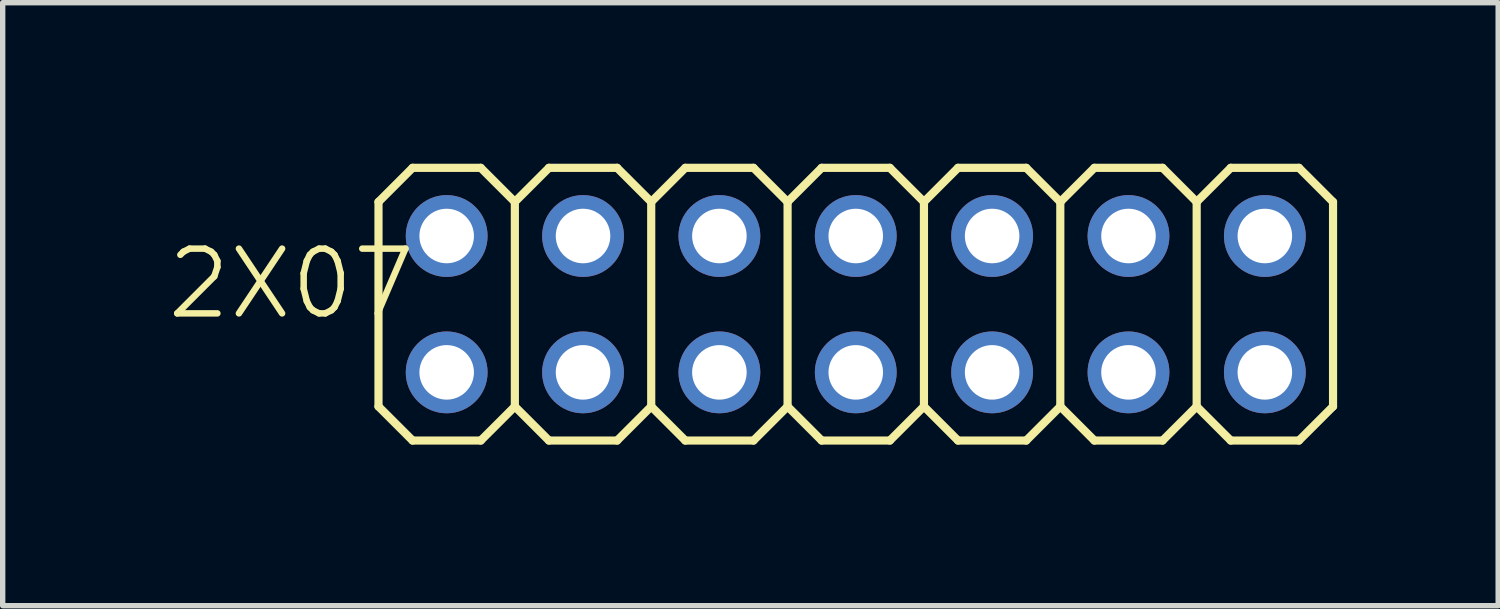
<source format=kicad_pcb>
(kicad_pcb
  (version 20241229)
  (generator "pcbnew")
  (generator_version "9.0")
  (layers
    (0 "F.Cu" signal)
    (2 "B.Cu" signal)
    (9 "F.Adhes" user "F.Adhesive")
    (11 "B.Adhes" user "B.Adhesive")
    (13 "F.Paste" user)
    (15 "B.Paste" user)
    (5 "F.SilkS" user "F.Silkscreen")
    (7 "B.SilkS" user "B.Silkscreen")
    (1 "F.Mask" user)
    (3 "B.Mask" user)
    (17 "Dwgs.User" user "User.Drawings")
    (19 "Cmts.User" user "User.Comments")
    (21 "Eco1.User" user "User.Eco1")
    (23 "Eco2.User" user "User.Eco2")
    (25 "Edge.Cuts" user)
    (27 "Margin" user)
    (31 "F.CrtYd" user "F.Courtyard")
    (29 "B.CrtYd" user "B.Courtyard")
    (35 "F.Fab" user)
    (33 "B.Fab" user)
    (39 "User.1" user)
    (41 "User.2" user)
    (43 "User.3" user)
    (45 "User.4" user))
  (footprint "2X07"
    (layer "F.Cu")
    (at 12.89 2.616)
    (property "Reference" "2X07" (at -12.89 0.325 180) (layer "F.SilkS") (effects (font (size 1.206 1.206) (thickness 0.121)) (justify left bottom)))
    (attr through_hole)
    (fp_line (start -8.89 -1.905) (end -8.255 -2.54) (stroke (width 0.152) (type solid)) (layer "F.SilkS"))
    (fp_line (start -8.89 1.905) (end -8.89 -1.905) (stroke (width 0.152) (type solid)) (layer "F.SilkS"))
    (fp_line (start -8.89 1.905) (end -8.255 2.54) (stroke (width 0.152) (type solid)) (layer "F.SilkS"))
    (fp_line (start -8.255 -2.54) (end -6.985 -2.54) (stroke (width 0.152) (type solid)) (layer "F.SilkS"))
    (fp_line (start -8.255 2.54) (end -6.985 2.54) (stroke (width 0.152) (type solid)) (layer "F.SilkS"))
    (fp_line (start -6.985 -2.54) (end -6.35 -1.905) (stroke (width 0.152) (type solid)) (layer "F.SilkS"))
    (fp_line (start -6.985 2.54) (end -6.35 1.905) (stroke (width 0.152) (type solid)) (layer "F.SilkS"))
    (fp_line (start -6.35 -1.905) (end -6.35 1.905) (stroke (width 0.152) (type solid)) (layer "F.SilkS"))
    (fp_line (start -6.35 -1.905) (end -5.715 -2.54) (stroke (width 0.152) (type solid)) (layer "F.SilkS"))
    (fp_line (start -6.35 1.905) (end -5.715 2.54) (stroke (width 0.152) (type solid)) (layer "F.SilkS"))
    (fp_line (start -5.715 -2.54) (end -4.445 -2.54) (stroke (width 0.152) (type solid)) (layer "F.SilkS"))
    (fp_line (start -5.715 2.54) (end -4.445 2.54) (stroke (width 0.152) (type solid)) (layer "F.SilkS"))
    (fp_line (start -4.445 -2.54) (end -3.81 -1.905) (stroke (width 0.152) (type solid)) (layer "F.SilkS"))
    (fp_line (start -4.445 2.54) (end -3.81 1.905) (stroke (width 0.152) (type solid)) (layer "F.SilkS"))
    (fp_line (start -3.81 -1.905) (end -3.81 1.905) (stroke (width 0.152) (type solid)) (layer "F.SilkS"))
    (fp_line (start -3.81 -1.905) (end -3.175 -2.54) (stroke (width 0.152) (type solid)) (layer "F.SilkS"))
    (fp_line (start -3.81 1.905) (end -3.175 2.54) (stroke (width 0.152) (type solid)) (layer "F.SilkS"))
    (fp_line (start -3.175 -2.54) (end -1.905 -2.54) (stroke (width 0.152) (type solid)) (layer "F.SilkS"))
    (fp_line (start -3.175 2.54) (end -1.905 2.54) (stroke (width 0.152) (type solid)) (layer "F.SilkS"))
    (fp_line (start -1.905 -2.54) (end -1.27 -1.905) (stroke (width 0.152) (type solid)) (layer "F.SilkS"))
    (fp_line (start -1.905 2.54) (end -1.27 1.905) (stroke (width 0.152) (type solid)) (layer "F.SilkS"))
    (fp_line (start -1.27 -1.905) (end -1.27 1.905) (stroke (width 0.152) (type solid)) (layer "F.SilkS"))
    (fp_line (start -1.27 -1.905) (end -0.635 -2.54) (stroke (width 0.152) (type solid)) (layer "F.SilkS"))
    (fp_line (start -1.27 1.905) (end -0.635 2.54) (stroke (width 0.152) (type solid)) (layer "F.SilkS"))
    (fp_line (start -0.635 -2.54) (end 0.635 -2.54) (stroke (width 0.152) (type solid)) (layer "F.SilkS"))
    (fp_line (start -0.635 2.54) (end 0.635 2.54) (stroke (width 0.152) (type solid)) (layer "F.SilkS"))
    (fp_line (start 0.635 -2.54) (end 1.27 -1.905) (stroke (width 0.152) (type solid)) (layer "F.SilkS"))
    (fp_line (start 0.635 2.54) (end 1.27 1.905) (stroke (width 0.152) (type solid)) (layer "F.SilkS"))
    (fp_line (start 1.27 -1.905) (end 1.27 1.905) (stroke (width 0.152) (type solid)) (layer "F.SilkS"))
    (fp_line (start 1.27 -1.905) (end 1.905 -2.54) (stroke (width 0.152) (type solid)) (layer "F.SilkS"))
    (fp_line (start 1.27 1.905) (end 1.905 2.54) (stroke (width 0.152) (type solid)) (layer "F.SilkS"))
    (fp_line (start 1.905 -2.54) (end 3.175 -2.54) (stroke (width 0.152) (type solid)) (layer "F.SilkS"))
    (fp_line (start 1.905 2.54) (end 3.175 2.54) (stroke (width 0.152) (type solid)) (layer "F.SilkS"))
    (fp_line (start 3.175 -2.54) (end 3.81 -1.905) (stroke (width 0.152) (type solid)) (layer "F.SilkS"))
    (fp_line (start 3.175 2.54) (end 3.81 1.905) (stroke (width 0.152) (type solid)) (layer "F.SilkS"))
    (fp_line (start 3.81 -1.905) (end 3.81 1.905) (stroke (width 0.152) (type solid)) (layer "F.SilkS"))
    (fp_line (start 3.81 -1.905) (end 4.445 -2.54) (stroke (width 0.152) (type solid)) (layer "F.SilkS"))
    (fp_line (start 3.81 1.905) (end 4.445 2.54) (stroke (width 0.152) (type solid)) (layer "F.SilkS"))
    (fp_line (start 4.445 -2.54) (end 5.715 -2.54) (stroke (width 0.152) (type solid)) (layer "F.SilkS"))
    (fp_line (start 4.445 2.54) (end 5.715 2.54) (stroke (width 0.152) (type solid)) (layer "F.SilkS"))
    (fp_line (start 5.715 -2.54) (end 6.35 -1.905) (stroke (width 0.152) (type solid)) (layer "F.SilkS"))
    (fp_line (start 5.715 2.54) (end 6.35 1.905) (stroke (width 0.152) (type solid)) (layer "F.SilkS"))
    (fp_line (start 6.35 -1.905) (end 6.35 1.905) (stroke (width 0.152) (type solid)) (layer "F.SilkS"))
    (fp_line (start 6.35 -1.905) (end 6.985 -2.54) (stroke (width 0.152) (type solid)) (layer "F.SilkS"))
    (fp_line (start 6.35 1.905) (end 6.985 2.54) (stroke (width 0.152) (type solid)) (layer "F.SilkS"))
    (fp_line (start 6.985 -2.54) (end 8.255 -2.54) (stroke (width 0.152) (type solid)) (layer "F.SilkS"))
    (fp_line (start 6.985 2.54) (end 8.255 2.54) (stroke (width 0.152) (type solid)) (layer "F.SilkS"))
    (fp_line (start 8.255 -2.54) (end 8.89 -1.905) (stroke (width 0.152) (type solid)) (layer "F.SilkS"))
    (fp_line (start 8.255 2.54) (end 8.89 1.905) (stroke (width 0.152) (type solid)) (layer "F.SilkS"))
    (fp_line (start 8.89 -1.905) (end 8.89 1.905) (stroke (width 0.152) (type solid)) (layer "F.SilkS"))
    (fp_poly (pts (xy -7.874 -1.016) (xy -7.366 -1.016) (xy -7.366 -1.524) (xy -7.874 -1.524)) (stroke (width 0.1) (type solid)) (fill no) (layer "F.Fab"))
    (fp_poly (pts (xy -7.874 1.524) (xy -7.366 1.524) (xy -7.366 1.016) (xy -7.874 1.016)) (stroke (width 0.1) (type solid)) (fill no) (layer "F.Fab"))
    (fp_poly (pts (xy -5.334 -1.016) (xy -4.826 -1.016) (xy -4.826 -1.524) (xy -5.334 -1.524)) (stroke (width 0.1) (type solid)) (fill no) (layer "F.Fab"))
    (fp_poly (pts (xy -5.334 1.524) (xy -4.826 1.524) (xy -4.826 1.016) (xy -5.334 1.016)) (stroke (width 0.1) (type solid)) (fill no) (layer "F.Fab"))
    (fp_poly (pts (xy -2.794 -1.016) (xy -2.286 -1.016) (xy -2.286 -1.524) (xy -2.794 -1.524)) (stroke (width 0.1) (type solid)) (fill no) (layer "F.Fab"))
    (fp_poly (pts (xy -2.794 1.524) (xy -2.286 1.524) (xy -2.286 1.016) (xy -2.794 1.016)) (stroke (width 0.1) (type solid)) (fill no) (layer "F.Fab"))
    (fp_poly (pts (xy -0.254 -1.016) (xy 0.254 -1.016) (xy 0.254 -1.524) (xy -0.254 -1.524)) (stroke (width 0.1) (type solid)) (fill no) (layer "F.Fab"))
    (fp_poly (pts (xy -0.254 1.524) (xy 0.254 1.524) (xy 0.254 1.016) (xy -0.254 1.016)) (stroke (width 0.1) (type solid)) (fill no) (layer "F.Fab"))
    (fp_poly (pts (xy 2.286 -1.016) (xy 2.794 -1.016) (xy 2.794 -1.524) (xy 2.286 -1.524)) (stroke (width 0.1) (type solid)) (fill no) (layer "F.Fab"))
    (fp_poly (pts (xy 2.286 1.524) (xy 2.794 1.524) (xy 2.794 1.016) (xy 2.286 1.016)) (stroke (width 0.1) (type solid)) (fill no) (layer "F.Fab"))
    (fp_poly (pts (xy 4.826 -1.016) (xy 5.334 -1.016) (xy 5.334 -1.524) (xy 4.826 -1.524)) (stroke (width 0.1) (type solid)) (fill no) (layer "F.Fab"))
    (fp_poly (pts (xy 4.826 1.524) (xy 5.334 1.524) (xy 5.334 1.016) (xy 4.826 1.016)) (stroke (width 0.1) (type solid)) (fill no) (layer "F.Fab"))
    (fp_poly (pts (xy 7.366 -1.016) (xy 7.874 -1.016) (xy 7.874 -1.524) (xy 7.366 -1.524)) (stroke (width 0.1) (type solid)) (fill no) (layer "F.Fab"))
    (fp_poly (pts (xy 7.366 1.524) (xy 7.874 1.524) (xy 7.874 1.016) (xy 7.366 1.016)) (stroke (width 0.1) (type solid)) (fill no) (layer "F.Fab"))
    (pad "1" thru_hole circle (at -7.62 1.27) (size 1.524 1.524) (drill 1.016) (layers "*.Cu" "*.Mask"))
    (pad "2" thru_hole circle (at -7.62 -1.27) (size 1.524 1.524) (drill 1.016) (layers "*.Cu" "*.Mask"))
    (pad "3" thru_hole circle (at -5.08 1.27) (size 1.524 1.524) (drill 1.016) (layers "*.Cu" "*.Mask"))
    (pad "4" thru_hole circle (at -5.08 -1.27) (size 1.524 1.524) (drill 1.016) (layers "*.Cu" "*.Mask"))
    (pad "5" thru_hole circle (at -2.54 1.27) (size 1.524 1.524) (drill 1.016) (layers "*.Cu" "*.Mask"))
    (pad "6" thru_hole circle (at -2.54 -1.27) (size 1.524 1.524) (drill 1.016) (layers "*.Cu" "*.Mask"))
    (pad "7" thru_hole circle (at 0 1.27) (size 1.524 1.524) (drill 1.016) (layers "*.Cu" "*.Mask"))
    (pad "8" thru_hole circle (at 0 -1.27) (size 1.524 1.524) (drill 1.016) (layers "*.Cu" "*.Mask"))
    (pad "9" thru_hole circle (at 2.54 1.27) (size 1.524 1.524) (drill 1.016) (layers "*.Cu" "*.Mask"))
    (pad "10" thru_hole circle (at 2.54 -1.27) (size 1.524 1.524) (drill 1.016) (layers "*.Cu" "*.Mask"))
    (pad "11" thru_hole circle (at 5.08 1.27) (size 1.524 1.524) (drill 1.016) (layers "*.Cu" "*.Mask"))
    (pad "12" thru_hole circle (at 5.08 -1.27) (size 1.524 1.524) (drill 1.016) (layers "*.Cu" "*.Mask"))
    (pad "13" thru_hole circle (at 7.62 1.27) (size 1.524 1.524) (drill 1.016) (layers "*.Cu" "*.Mask"))
    (pad "14" thru_hole circle (at 7.62 -1.27) (size 1.524 1.524) (drill 1.016) (layers "*.Cu" "*.Mask")))
  (gr_rect
    (start -3 -3)
    (end 24.856 8.232)
    (stroke (width 0.1) (type default))
    (fill no)
    (layer "Edge.Cuts")))
</source>
